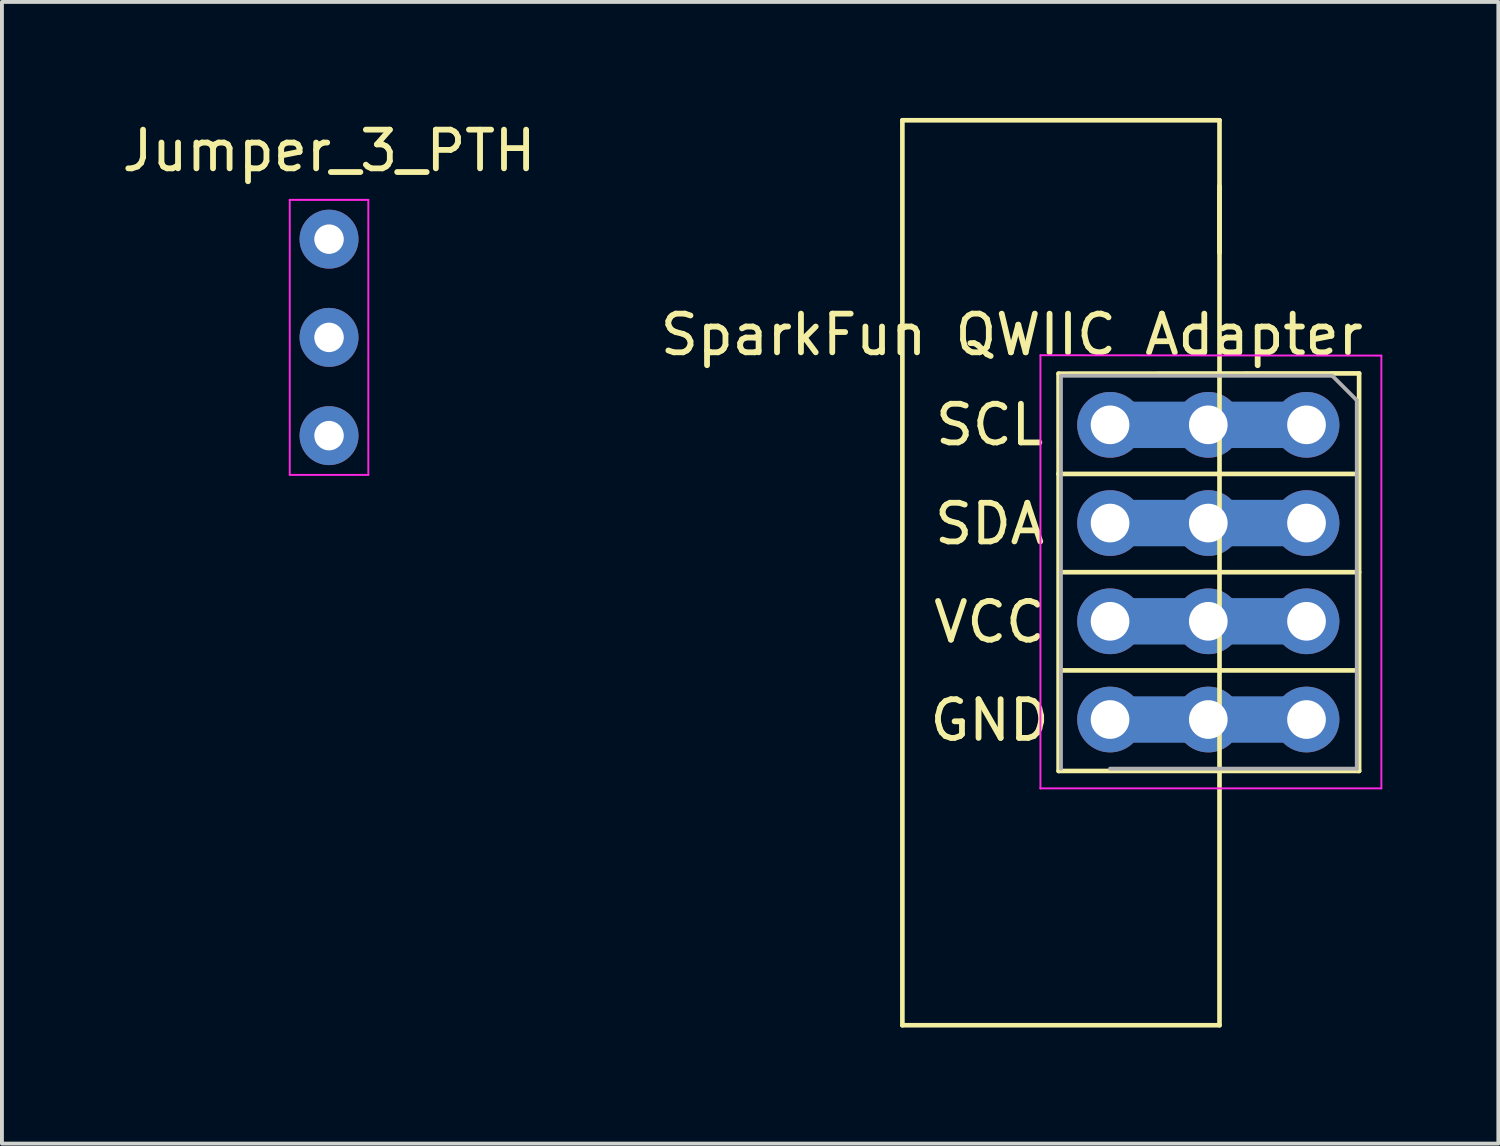
<source format=kicad_pcb>
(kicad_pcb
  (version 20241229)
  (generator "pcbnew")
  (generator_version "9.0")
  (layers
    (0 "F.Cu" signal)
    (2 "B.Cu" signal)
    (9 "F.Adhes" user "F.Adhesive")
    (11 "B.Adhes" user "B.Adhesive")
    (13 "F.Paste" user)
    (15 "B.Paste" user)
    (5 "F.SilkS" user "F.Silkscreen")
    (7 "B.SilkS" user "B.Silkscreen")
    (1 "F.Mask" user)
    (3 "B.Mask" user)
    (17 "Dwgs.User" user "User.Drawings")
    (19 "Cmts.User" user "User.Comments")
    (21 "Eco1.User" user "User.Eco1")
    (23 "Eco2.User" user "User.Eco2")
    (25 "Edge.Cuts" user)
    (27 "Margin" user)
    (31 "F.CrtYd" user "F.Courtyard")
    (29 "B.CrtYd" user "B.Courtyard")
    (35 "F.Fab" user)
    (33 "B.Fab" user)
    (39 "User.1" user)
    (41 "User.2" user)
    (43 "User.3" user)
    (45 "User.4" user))
  (footprint "SparkFun QWIIC Adapter"
    (layer "F.Cu")
    (at 25.653 7.935)
    (property "Reference" "SparkFun QWIIC Adapter" (at -2.54 -2.33 0) (layer "F.SilkS") (effects (font (size 1 1) (thickness 0.15))))
    (attr through_hole)
    (fp_line (start -5.37 -7.875) (end 2.83 -7.875) (stroke (width 0.12) (type solid)) (layer "F.SilkS"))
    (fp_line (start -5.37 15.525) (end -5.37 -7.875) (stroke (width 0.12) (type solid)) (layer "F.SilkS"))
    (fp_line (start -5.37 15.525) (end 2.83 15.525) (stroke (width 0.12) (type solid)) (layer "F.SilkS"))
    (fp_line (start -1.331 -1.324) (end 6.44 -1.33) (stroke (width 0.12) (type solid)) (layer "F.SilkS"))
    (fp_line (start -1.33 1.27) (end -1.331 -1.324) (stroke (width 0.12) (type solid)) (layer "F.SilkS"))
    (fp_line (start -1.33 1.27) (end -1.33 8.95) (stroke (width 0.12) (type solid)) (layer "F.SilkS"))
    (fp_line (start -1.21 3.81) (end 6.44 3.81) (stroke (width 0.12) (type solid)) (layer "F.SilkS"))
    (fp_line (start 2.83 -7.875) (end 2.83 15.525) (stroke (width 0.12) (type solid)) (layer "F.SilkS"))
    (fp_line (start 2.83 -4.445) (end 2.83 -6.175) (stroke (width 0.12) (type solid)) (layer "F.SilkS"))
    (fp_line (start 6.38 1.27) (end -1.33 1.27) (stroke (width 0.12) (type solid)) (layer "F.SilkS"))
    (fp_line (start 6.38 6.35) (end -1.27 6.35) (stroke (width 0.12) (type solid)) (layer "F.SilkS"))
    (fp_line (start 6.44 -1.33) (end 6.44 8.95) (stroke (width 0.12) (type solid)) (layer "F.SilkS"))
    (fp_line (start 6.44 8.95) (end -1.33 8.95) (stroke (width 0.12) (type solid)) (layer "F.SilkS"))
    (fp_line (start -1.8 -1.8) (end 7.015 -1.79) (stroke (width 0.05) (type solid)) (layer "F.CrtYd"))
    (fp_line (start -1.8 9.4) (end -1.8 -1.8) (stroke (width 0.05) (type solid)) (layer "F.CrtYd"))
    (fp_line (start -1.8 9.4) (end -1.8 9.4) (stroke (width 0.05) (type solid)) (layer "F.CrtYd"))
    (fp_line (start -1.8 9.4) (end 7.015 9.4) (stroke (width 0.05) (type solid)) (layer "F.CrtYd"))
    (fp_line (start 7.015 -1.79) (end 7.015 9.4) (stroke (width 0.05) (type solid)) (layer "F.CrtYd"))
    (fp_line (start -1.27 -1.27) (end -1.27 8.89) (stroke (width 0.1) (type solid)) (layer "F.Fab"))
    (fp_line (start 0 8.89) (end 6.38 8.89) (stroke (width 0.1) (type solid)) (layer "F.Fab"))
    (fp_line (start 5.745 -1.27) (end -1.21 -1.27) (stroke (width 0.1) (type solid)) (layer "F.Fab"))
    (fp_line (start 6.38 -0.635) (end 5.745 -1.27) (stroke (width 0.1) (type solid)) (layer "F.Fab"))
    (fp_line (start 6.38 8.89) (end 6.38 -0.635) (stroke (width 0.1) (type solid)) (layer "F.Fab"))
    (fp_text user "GND" (at -3.115 7.64 0) (unlocked yes) (layer "F.SilkS") (effects (font (size 1 1) (thickness 0.15))))
    (fp_text user "SDA" (at -3.115 2.56 0) (unlocked yes) (layer "F.SilkS") (effects (font (size 1 1) (thickness 0.15))))
    (fp_text user "VCC" (at -3.115 5.1 0) (unlocked yes) (layer "F.SilkS") (effects (font (size 1 1) (thickness 0.15))))
    (fp_text user "SCL" (at -3.115 0 0) (unlocked yes) (layer "F.SilkS") (effects (font (size 1 1) (thickness 0.15))))
    (pad "1" thru_hole circle (at 0 0) (size 1.7 1.7) (drill 1) (layers "*.Cu" "*.Mask"))
    (pad "1" smd rect (at 1.27 0) (size 1.5 1.2) (layers "B.Cu" "B.Mask"))
    (pad "1" thru_hole circle (at 2.54 0) (size 1.7 1.7) (drill 1) (layers "*.Cu" "*.Mask"))
    (pad "1" smd rect (at 3.81 0) (size 1.5 1.2) (layers "B.Cu" "B.Mask"))
    (pad "1" thru_hole circle (at 5.08 0) (size 1.7 1.7) (drill 1) (layers "*.Cu" "*.Mask"))
    (pad "2" thru_hole oval (at 0 2.54) (size 1.7 1.7) (drill 1) (layers "*.Cu" "*.Mask"))
    (pad "2" smd rect (at 1.27 2.54) (size 1.5 1.2) (layers "B.Cu" "B.Mask"))
    (pad "2" thru_hole oval (at 2.54 2.54) (size 1.7 1.7) (drill 1) (layers "*.Cu" "*.Mask"))
    (pad "2" smd rect (at 3.81 2.54) (size 1.5 1.2) (layers "B.Cu" "B.Mask"))
    (pad "2" thru_hole oval (at 5.08 2.54) (size 1.7 1.7) (drill 1) (layers "*.Cu" "*.Mask"))
    (pad "3" thru_hole oval (at 0 5.08) (size 1.7 1.7) (drill 1) (layers "*.Cu" "*.Mask"))
    (pad "3" smd rect (at 1.27 5.08) (size 1.5 1.2) (layers "B.Cu" "B.Mask"))
    (pad "3" thru_hole oval (at 2.54 5.08) (size 1.7 1.7) (drill 1) (layers "*.Cu" "*.Mask"))
    (pad "3" smd rect (at 3.81 5.08) (size 1.5 1.2) (layers "B.Cu" "B.Mask"))
    (pad "3" thru_hole oval (at 5.08 5.08) (size 1.7 1.7) (drill 1) (layers "*.Cu" "*.Mask"))
    (pad "4" thru_hole oval (at 0 7.62) (size 1.7 1.7) (drill 1) (layers "*.Cu" "*.Mask"))
    (pad "4" smd rect (at 1.27 7.62) (size 1.5 1.2) (layers "B.Cu" "B.Mask"))
    (pad "4" thru_hole oval (at 2.54 7.62) (size 1.7 1.7) (drill 1) (layers "*.Cu" "*.Mask"))
    (pad "4" smd rect (at 3.81 7.62) (size 1.5 1.2) (layers "B.Cu" "B.Mask"))
    (pad "4" thru_hole oval (at 5.08 7.62) (size 1.7 1.7) (drill 1) (layers "*.Cu" "*.Mask")))
  (footprint "Jumper_3_PTH"
    (layer "F.Cu")
    (at 5.458 3.134)
    (property "Reference" "Jumper_3_PTH" (at 0 -2.286 0) (unlocked yes) (layer "F.SilkS") (effects (font (size 1 1) (thickness 0.15))))
    (attr smd)
    (fp_line (start -1.016 -1.016) (end 1.016 -1.016) (stroke (width 0.05) (type solid)) (layer "F.CrtYd"))
    (fp_line (start -1.016 6.096) (end -1.016 -1.016) (stroke (width 0.05) (type solid)) (layer "F.CrtYd"))
    (fp_line (start 1.016 -1.016) (end 1.016 6.096) (stroke (width 0.05) (type solid)) (layer "F.CrtYd"))
    (fp_line (start 1.016 6.096) (end -1.016 6.096) (stroke (width 0.05) (type solid)) (layer "F.CrtYd"))
    (pad "1" thru_hole circle (at 0 0) (size 1.524 1.524) (drill 0.762) (layers "*.Cu" "*.Mask"))
    (pad "2" thru_hole circle (at 0 2.54) (size 1.524 1.524) (drill 0.762) (layers "*.Cu" "*.Mask"))
    (pad "3" thru_hole circle (at 0 5.08) (size 1.524 1.524) (drill 0.762) (layers "*.Cu" "*.Mask")))
  (gr_rect
    (start -3 -3)
    (end 35.693 26.52)
    (stroke (width 0.1) (type default))
    (fill no)
    (layer "Edge.Cuts")))
</source>
